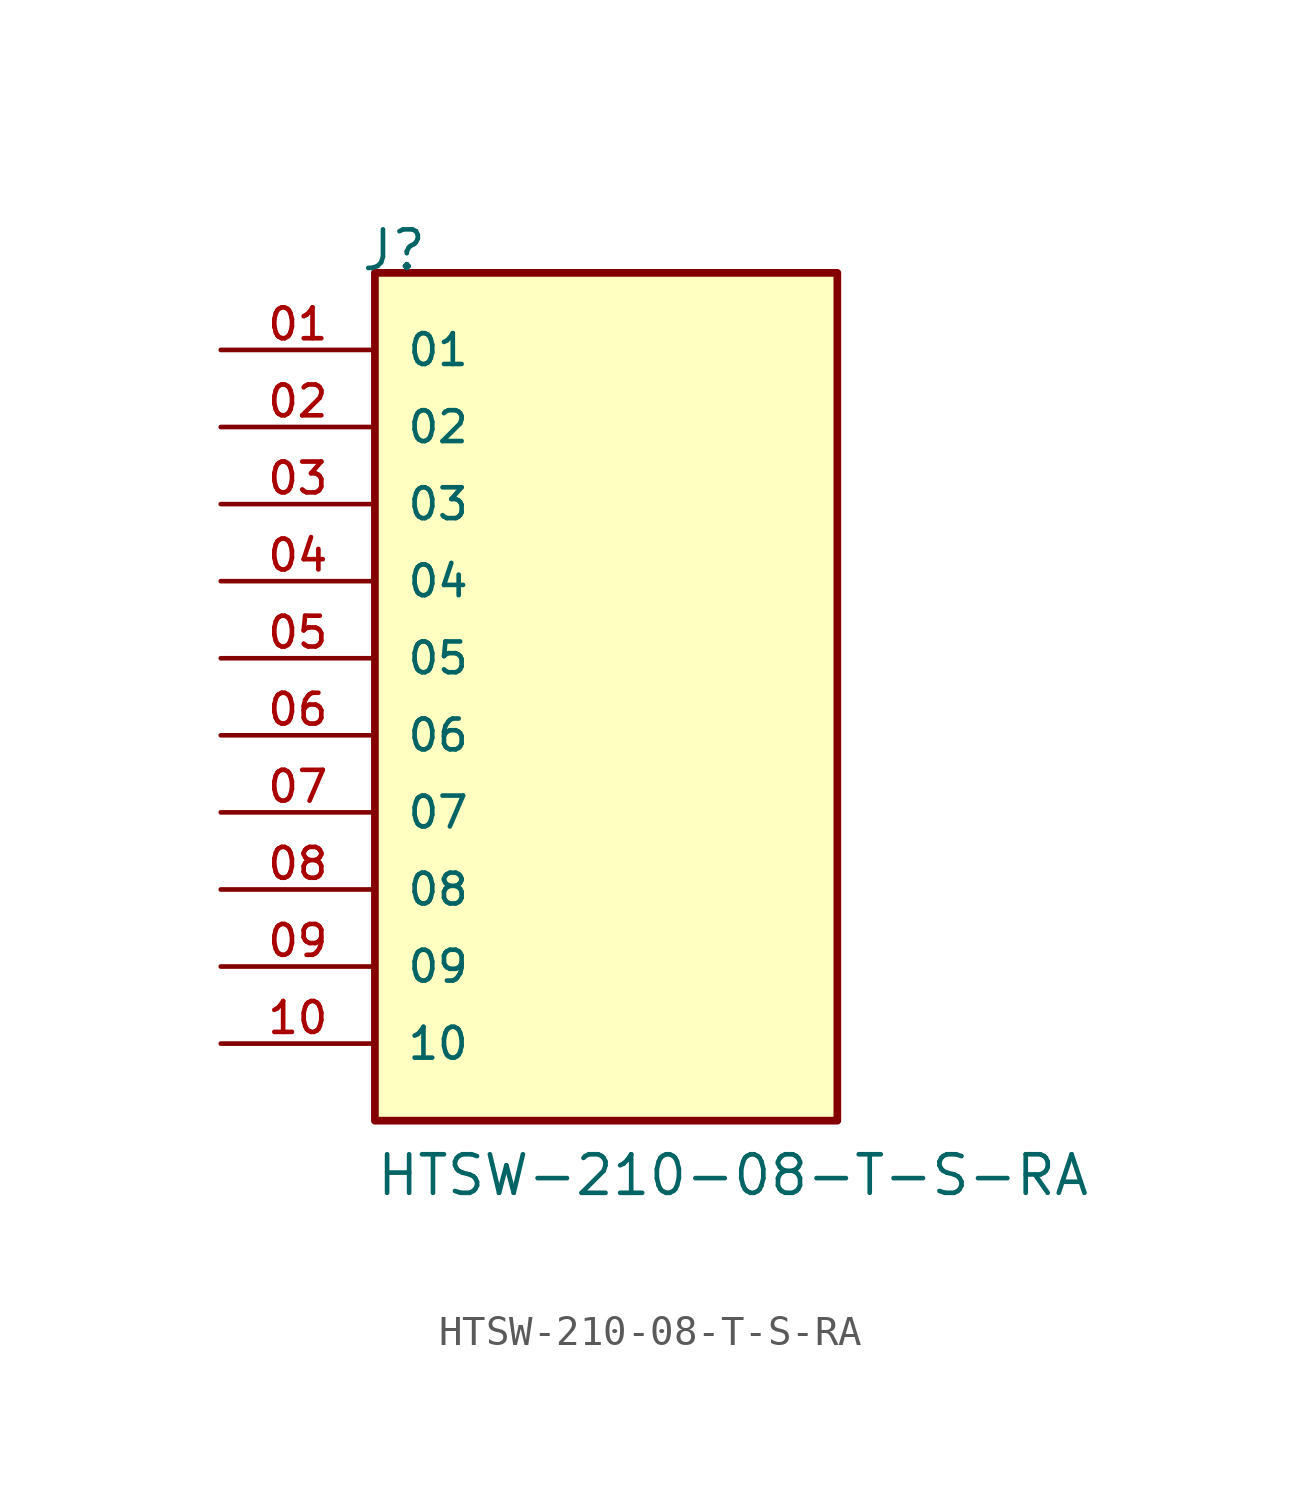
<source format=kicad_sym>
(kicad_symbol_lib
  (version 20241209)
  (generator "kicad_symbol_editor")
  (generator_version "9.0")
  (symbol "HTSW-210-08-T-S-RA"
    (pin_names
      (offset 1.016))
    (property "Reference" "J"
      (at -8.12 15.24 0)
      (effects (font (size 1.27 1.27)) (justify left bottom)))
    (property "Value" "HTSW-210-08-T-S-RA"
      (at -7.62 -15.24 0)
      (effects (font (size 1.27 1.27)) (justify left bottom)))
    (symbol "HTSW-210-08-T-S-RA_0_0"
      (rectangle (start -7.62 -12.7) (end 7.62 15.24) (stroke (width 0.254) (type default)) (fill (type background)))
      (pin passive line (at -12.7 12.7 0) (length 5.08) (name "01" (effects (font (size 1.016 1.016)))) (number "01" (effects (font (size 1.016 1.016)))))
      (pin passive line (at -12.7 10.16 0) (length 5.08) (name "02" (effects (font (size 1.016 1.016)))) (number "02" (effects (font (size 1.016 1.016)))))
      (pin passive line (at -12.7 7.62 0) (length 5.08) (name "03" (effects (font (size 1.016 1.016)))) (number "03" (effects (font (size 1.016 1.016)))))
      (pin passive line (at -12.7 5.08 0) (length 5.08) (name "04" (effects (font (size 1.016 1.016)))) (number "04" (effects (font (size 1.016 1.016)))))
      (pin passive line (at -12.7 2.54 0) (length 5.08) (name "05" (effects (font (size 1.016 1.016)))) (number "05" (effects (font (size 1.016 1.016)))))
      (pin passive line (at -12.7 0 0) (length 5.08) (name "06" (effects (font (size 1.016 1.016)))) (number "06" (effects (font (size 1.016 1.016)))))
      (pin passive line (at -12.7 -2.54 0) (length 5.08) (name "07" (effects (font (size 1.016 1.016)))) (number "07" (effects (font (size 1.016 1.016)))))
      (pin passive line (at -12.7 -5.08 0) (length 5.08) (name "08" (effects (font (size 1.016 1.016)))) (number "08" (effects (font (size 1.016 1.016)))))
      (pin passive line (at -12.7 -7.62 0) (length 5.08) (name "09" (effects (font (size 1.016 1.016)))) (number "09" (effects (font (size 1.016 1.016)))))
      (pin passive line (at -12.7 -10.16 0) (length 5.08) (name "10" (effects (font (size 1.016 1.016)))) (number "10" (effects (font (size 1.016 1.016))))))))
</source>
